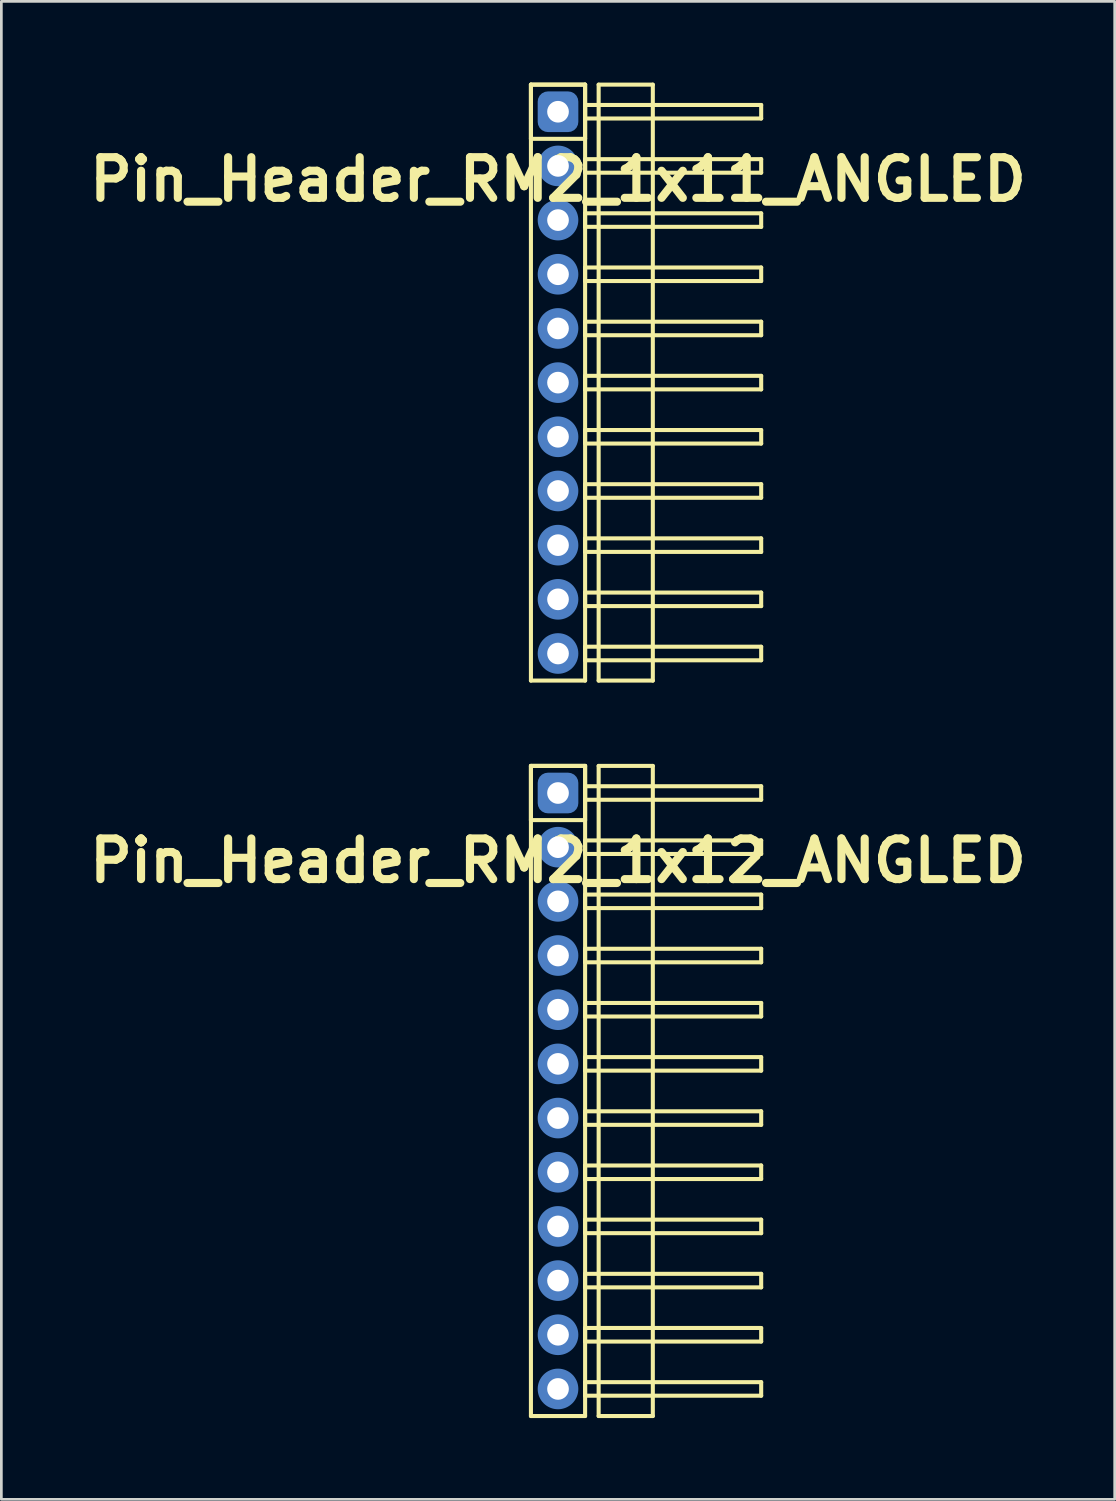
<source format=kicad_pcb>
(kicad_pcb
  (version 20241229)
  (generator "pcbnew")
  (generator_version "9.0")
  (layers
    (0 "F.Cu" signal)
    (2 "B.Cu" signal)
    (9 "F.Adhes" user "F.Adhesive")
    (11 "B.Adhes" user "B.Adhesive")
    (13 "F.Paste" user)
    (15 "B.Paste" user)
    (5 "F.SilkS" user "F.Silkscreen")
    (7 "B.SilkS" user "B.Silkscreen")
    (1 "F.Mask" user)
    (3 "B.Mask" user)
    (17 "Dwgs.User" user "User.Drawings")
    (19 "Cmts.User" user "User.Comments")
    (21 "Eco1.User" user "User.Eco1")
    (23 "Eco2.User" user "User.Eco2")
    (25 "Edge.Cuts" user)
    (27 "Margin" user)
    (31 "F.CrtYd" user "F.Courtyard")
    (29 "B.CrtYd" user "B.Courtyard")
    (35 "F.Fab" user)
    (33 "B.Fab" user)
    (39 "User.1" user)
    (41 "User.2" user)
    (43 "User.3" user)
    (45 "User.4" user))
  (footprint "Pin_Header_RM2_1x12_ANGLED"
    (layer "F.Cu")
    (at 17.55 26.225)
    (property "Reference" "Pin_Header_RM2_1x12_ANGLED" (at 0 2.5 0) (layer "F.SilkS") (effects (font (size 1.5 1.5) (thickness 0.3))))
    (attr through_hole)
    (fp_line (start -1 -1) (end 1 -1) (stroke (width 0.15) (type solid)) (layer "F.SilkS"))
    (fp_line (start -1 -1) (end 1 -1) (stroke (width 0.15) (type solid)) (layer "F.SilkS"))
    (fp_line (start -1 1) (end -1 -1) (stroke (width 0.15) (type solid)) (layer "F.SilkS"))
    (fp_line (start -1 23) (end -1 -1) (stroke (width 0.15) (type solid)) (layer "F.SilkS"))
    (fp_line (start 1 -1) (end 1 1) (stroke (width 0.15) (type solid)) (layer "F.SilkS"))
    (fp_line (start 1 -1) (end 1 23) (stroke (width 0.15) (type solid)) (layer "F.SilkS"))
    (fp_line (start 1 -0.25) (end 7.5 -0.25) (stroke (width 0.15) (type solid)) (layer "F.SilkS"))
    (fp_line (start 1 0.25) (end 1 -0.25) (stroke (width 0.15) (type solid)) (layer "F.SilkS"))
    (fp_line (start 1 1) (end -1 1) (stroke (width 0.15) (type solid)) (layer "F.SilkS"))
    (fp_line (start 1 1.75) (end 7.5 1.75) (stroke (width 0.15) (type solid)) (layer "F.SilkS"))
    (fp_line (start 1 2.25) (end 1 1.75) (stroke (width 0.15) (type solid)) (layer "F.SilkS"))
    (fp_line (start 1 3.75) (end 7.5 3.75) (stroke (width 0.15) (type solid)) (layer "F.SilkS"))
    (fp_line (start 1 4.25) (end 1 3.75) (stroke (width 0.15) (type solid)) (layer "F.SilkS"))
    (fp_line (start 1 5.75) (end 7.5 5.75) (stroke (width 0.15) (type solid)) (layer "F.SilkS"))
    (fp_line (start 1 6.25) (end 1 5.75) (stroke (width 0.15) (type solid)) (layer "F.SilkS"))
    (fp_line (start 1 7.75) (end 7.5 7.75) (stroke (width 0.15) (type solid)) (layer "F.SilkS"))
    (fp_line (start 1 8.25) (end 1 7.75) (stroke (width 0.15) (type solid)) (layer "F.SilkS"))
    (fp_line (start 1 9.75) (end 7.5 9.75) (stroke (width 0.15) (type solid)) (layer "F.SilkS"))
    (fp_line (start 1 10.25) (end 1 9.75) (stroke (width 0.15) (type solid)) (layer "F.SilkS"))
    (fp_line (start 1 11.75) (end 7.5 11.75) (stroke (width 0.15) (type solid)) (layer "F.SilkS"))
    (fp_line (start 1 12.25) (end 1 11.75) (stroke (width 0.15) (type solid)) (layer "F.SilkS"))
    (fp_line (start 1 13.75) (end 7.5 13.75) (stroke (width 0.15) (type solid)) (layer "F.SilkS"))
    (fp_line (start 1 14.25) (end 1 13.75) (stroke (width 0.15) (type solid)) (layer "F.SilkS"))
    (fp_line (start 1 15.75) (end 7.5 15.75) (stroke (width 0.15) (type solid)) (layer "F.SilkS"))
    (fp_line (start 1 16.25) (end 1 15.75) (stroke (width 0.15) (type solid)) (layer "F.SilkS"))
    (fp_line (start 1 17.75) (end 7.5 17.75) (stroke (width 0.15) (type solid)) (layer "F.SilkS"))
    (fp_line (start 1 18.25) (end 1 17.75) (stroke (width 0.15) (type solid)) (layer "F.SilkS"))
    (fp_line (start 1 19.75) (end 7.5 19.75) (stroke (width 0.15) (type solid)) (layer "F.SilkS"))
    (fp_line (start 1 20.25) (end 1 19.75) (stroke (width 0.15) (type solid)) (layer "F.SilkS"))
    (fp_line (start 1 21.75) (end 7.5 21.75) (stroke (width 0.15) (type solid)) (layer "F.SilkS"))
    (fp_line (start 1 22.25) (end 1 21.75) (stroke (width 0.15) (type solid)) (layer "F.SilkS"))
    (fp_line (start 1 23) (end -1 23) (stroke (width 0.15) (type solid)) (layer "F.SilkS"))
    (fp_line (start 1.5 -1) (end 3.5 -1) (stroke (width 0.15) (type solid)) (layer "F.SilkS"))
    (fp_line (start 1.5 23) (end 1.5 -1) (stroke (width 0.15) (type solid)) (layer "F.SilkS"))
    (fp_line (start 3.5 -1) (end 3.5 23) (stroke (width 0.15) (type solid)) (layer "F.SilkS"))
    (fp_line (start 3.5 23) (end 1.5 23) (stroke (width 0.15) (type solid)) (layer "F.SilkS"))
    (fp_line (start 7.5 -0.25) (end 7.5 0.25) (stroke (width 0.15) (type solid)) (layer "F.SilkS"))
    (fp_line (start 7.5 0.25) (end 1 0.25) (stroke (width 0.15) (type solid)) (layer "F.SilkS"))
    (fp_line (start 7.5 1.75) (end 7.5 2.25) (stroke (width 0.15) (type solid)) (layer "F.SilkS"))
    (fp_line (start 7.5 2.25) (end 1 2.25) (stroke (width 0.15) (type solid)) (layer "F.SilkS"))
    (fp_line (start 7.5 3.75) (end 7.5 4.25) (stroke (width 0.15) (type solid)) (layer "F.SilkS"))
    (fp_line (start 7.5 4.25) (end 1 4.25) (stroke (width 0.15) (type solid)) (layer "F.SilkS"))
    (fp_line (start 7.5 5.75) (end 7.5 6.25) (stroke (width 0.15) (type solid)) (layer "F.SilkS"))
    (fp_line (start 7.5 6.25) (end 1 6.25) (stroke (width 0.15) (type solid)) (layer "F.SilkS"))
    (fp_line (start 7.5 7.75) (end 7.5 8.25) (stroke (width 0.15) (type solid)) (layer "F.SilkS"))
    (fp_line (start 7.5 8.25) (end 1 8.25) (stroke (width 0.15) (type solid)) (layer "F.SilkS"))
    (fp_line (start 7.5 9.75) (end 7.5 10.25) (stroke (width 0.15) (type solid)) (layer "F.SilkS"))
    (fp_line (start 7.5 10.25) (end 1 10.25) (stroke (width 0.15) (type solid)) (layer "F.SilkS"))
    (fp_line (start 7.5 11.75) (end 7.5 12.25) (stroke (width 0.15) (type solid)) (layer "F.SilkS"))
    (fp_line (start 7.5 12.25) (end 1 12.25) (stroke (width 0.15) (type solid)) (layer "F.SilkS"))
    (fp_line (start 7.5 13.75) (end 7.5 14.25) (stroke (width 0.15) (type solid)) (layer "F.SilkS"))
    (fp_line (start 7.5 14.25) (end 1 14.25) (stroke (width 0.15) (type solid)) (layer "F.SilkS"))
    (fp_line (start 7.5 15.75) (end 7.5 16.25) (stroke (width 0.15) (type solid)) (layer "F.SilkS"))
    (fp_line (start 7.5 16.25) (end 1 16.25) (stroke (width 0.15) (type solid)) (layer "F.SilkS"))
    (fp_line (start 7.5 17.75) (end 7.5 18.25) (stroke (width 0.15) (type solid)) (layer "F.SilkS"))
    (fp_line (start 7.5 18.25) (end 1 18.25) (stroke (width 0.15) (type solid)) (layer "F.SilkS"))
    (fp_line (start 7.5 19.75) (end 7.5 20.25) (stroke (width 0.15) (type solid)) (layer "F.SilkS"))
    (fp_line (start 7.5 20.25) (end 1 20.25) (stroke (width 0.15) (type solid)) (layer "F.SilkS"))
    (fp_line (start 7.5 21.75) (end 7.5 22.25) (stroke (width 0.15) (type solid)) (layer "F.SilkS"))
    (fp_line (start 7.5 22.25) (end 1 22.25) (stroke (width 0.15) (type solid)) (layer "F.SilkS"))
    (pad "1" thru_hole circle (at 0 0) (size 1.1 1.1) (drill 0.8) (layers "*.Cu" "*.Mask"))
    (pad "1" smd roundrect (at 0 0) (size 1.25 1.25) (layers "F.Cu" "F.Mask") (roundrect_rratio 0.25))
    (pad "1" smd roundrect (at 0 0) (size 1.5 1.5) (layers "B.Cu" "B.Mask") (roundrect_rratio 0.25))
    (pad "2" thru_hole circle (at 0 2) (size 1.1 1.1) (drill 0.8) (layers "*.Cu" "*.Mask"))
    (pad "2" smd circle (at 0 2) (size 1.25 1.25) (layers "F.Cu" "F.Mask"))
    (pad "2" smd circle (at 0 2) (size 1.5 1.5) (layers "B.Cu" "B.Mask"))
    (pad "3" thru_hole circle (at 0 4) (size 1.1 1.1) (drill 0.8) (layers "*.Cu" "*.Mask"))
    (pad "3" smd circle (at 0 4) (size 1.25 1.25) (layers "F.Cu" "F.Mask"))
    (pad "3" smd circle (at 0 4) (size 1.5 1.5) (layers "B.Cu" "B.Mask"))
    (pad "4" thru_hole circle (at 0 6) (size 1.1 1.1) (drill 0.8) (layers "*.Cu" "*.Mask"))
    (pad "4" smd circle (at 0 6) (size 1.25 1.25) (layers "F.Cu" "F.Mask"))
    (pad "4" smd circle (at 0 6) (size 1.5 1.5) (layers "B.Cu" "B.Mask"))
    (pad "5" thru_hole circle (at 0 8) (size 1.1 1.1) (drill 0.8) (layers "*.Cu" "*.Mask"))
    (pad "5" smd circle (at 0 8) (size 1.25 1.25) (layers "F.Cu" "F.Mask"))
    (pad "5" smd circle (at 0 8) (size 1.5 1.5) (layers "B.Cu" "B.Mask"))
    (pad "6" thru_hole circle (at 0 10) (size 1.1 1.1) (drill 0.8) (layers "*.Cu" "*.Mask"))
    (pad "6" smd circle (at 0 10) (size 1.25 1.25) (layers "F.Cu" "F.Mask"))
    (pad "6" smd circle (at 0 10) (size 1.5 1.5) (layers "B.Cu" "B.Mask"))
    (pad "7" thru_hole circle (at 0 12) (size 1.1 1.1) (drill 0.8) (layers "*.Cu" "*.Mask"))
    (pad "7" smd circle (at 0 12) (size 1.25 1.25) (layers "F.Cu" "F.Mask"))
    (pad "7" smd circle (at 0 12) (size 1.5 1.5) (layers "B.Cu" "B.Mask"))
    (pad "8" thru_hole circle (at 0 14) (size 1.1 1.1) (drill 0.8) (layers "*.Cu" "*.Mask"))
    (pad "8" smd circle (at 0 14) (size 1.25 1.25) (layers "F.Cu" "F.Mask"))
    (pad "8" smd circle (at 0 14) (size 1.5 1.5) (layers "B.Cu" "B.Mask"))
    (pad "9" thru_hole circle (at 0 16) (size 1.1 1.1) (drill 0.8) (layers "*.Cu" "*.Mask"))
    (pad "9" smd circle (at 0 16) (size 1.25 1.25) (layers "F.Cu" "F.Mask"))
    (pad "9" smd circle (at 0 16) (size 1.5 1.5) (layers "B.Cu" "B.Mask"))
    (pad "10" thru_hole circle (at 0 18) (size 1.1 1.1) (drill 0.8) (layers "*.Cu" "*.Mask"))
    (pad "10" smd circle (at 0 18) (size 1.25 1.25) (layers "F.Cu" "F.Mask"))
    (pad "10" smd circle (at 0 18) (size 1.5 1.5) (layers "B.Cu" "B.Mask"))
    (pad "11" thru_hole circle (at 0 20) (size 1.1 1.1) (drill 0.8) (layers "*.Cu" "*.Mask"))
    (pad "11" smd circle (at 0 20) (size 1.25 1.25) (layers "F.Cu" "F.Mask"))
    (pad "11" smd circle (at 0 20) (size 1.5 1.5) (layers "B.Cu" "B.Mask"))
    (pad "12" thru_hole circle (at 0 22) (size 1.1 1.1) (drill 0.8) (layers "*.Cu" "*.Mask"))
    (pad "12" smd circle (at 0 22) (size 1.25 1.25) (layers "F.Cu" "F.Mask"))
    (pad "12" smd circle (at 0 22) (size 1.5 1.5) (layers "B.Cu" "B.Mask")))
  (footprint "Pin_Header_RM2_1x11_ANGLED"
    (layer "F.Cu")
    (at 17.55 1.075)
    (property "Reference" "Pin_Header_RM2_1x11_ANGLED" (at 0 2.5 0) (layer "F.SilkS") (effects (font (size 1.5 1.5) (thickness 0.3))))
    (attr through_hole)
    (fp_line (start -1 -1) (end 1 -1) (stroke (width 0.15) (type solid)) (layer "F.SilkS"))
    (fp_line (start -1 -1) (end 1 -1) (stroke (width 0.15) (type solid)) (layer "F.SilkS"))
    (fp_line (start -1 1) (end -1 -1) (stroke (width 0.15) (type solid)) (layer "F.SilkS"))
    (fp_line (start -1 21) (end -1 -1) (stroke (width 0.15) (type solid)) (layer "F.SilkS"))
    (fp_line (start 1 -1) (end 1 1) (stroke (width 0.15) (type solid)) (layer "F.SilkS"))
    (fp_line (start 1 -1) (end 1 21) (stroke (width 0.15) (type solid)) (layer "F.SilkS"))
    (fp_line (start 1 -0.25) (end 7.5 -0.25) (stroke (width 0.15) (type solid)) (layer "F.SilkS"))
    (fp_line (start 1 0.25) (end 1 -0.25) (stroke (width 0.15) (type solid)) (layer "F.SilkS"))
    (fp_line (start 1 1) (end -1 1) (stroke (width 0.15) (type solid)) (layer "F.SilkS"))
    (fp_line (start 1 1.75) (end 7.5 1.75) (stroke (width 0.15) (type solid)) (layer "F.SilkS"))
    (fp_line (start 1 2.25) (end 1 1.75) (stroke (width 0.15) (type solid)) (layer "F.SilkS"))
    (fp_line (start 1 3.75) (end 7.5 3.75) (stroke (width 0.15) (type solid)) (layer "F.SilkS"))
    (fp_line (start 1 4.25) (end 1 3.75) (stroke (width 0.15) (type solid)) (layer "F.SilkS"))
    (fp_line (start 1 5.75) (end 7.5 5.75) (stroke (width 0.15) (type solid)) (layer "F.SilkS"))
    (fp_line (start 1 6.25) (end 1 5.75) (stroke (width 0.15) (type solid)) (layer "F.SilkS"))
    (fp_line (start 1 7.75) (end 7.5 7.75) (stroke (width 0.15) (type solid)) (layer "F.SilkS"))
    (fp_line (start 1 8.25) (end 1 7.75) (stroke (width 0.15) (type solid)) (layer "F.SilkS"))
    (fp_line (start 1 9.75) (end 7.5 9.75) (stroke (width 0.15) (type solid)) (layer "F.SilkS"))
    (fp_line (start 1 10.25) (end 1 9.75) (stroke (width 0.15) (type solid)) (layer "F.SilkS"))
    (fp_line (start 1 11.75) (end 7.5 11.75) (stroke (width 0.15) (type solid)) (layer "F.SilkS"))
    (fp_line (start 1 12.25) (end 1 11.75) (stroke (width 0.15) (type solid)) (layer "F.SilkS"))
    (fp_line (start 1 13.75) (end 7.5 13.75) (stroke (width 0.15) (type solid)) (layer "F.SilkS"))
    (fp_line (start 1 14.25) (end 1 13.75) (stroke (width 0.15) (type solid)) (layer "F.SilkS"))
    (fp_line (start 1 15.75) (end 7.5 15.75) (stroke (width 0.15) (type solid)) (layer "F.SilkS"))
    (fp_line (start 1 16.25) (end 1 15.75) (stroke (width 0.15) (type solid)) (layer "F.SilkS"))
    (fp_line (start 1 17.75) (end 7.5 17.75) (stroke (width 0.15) (type solid)) (layer "F.SilkS"))
    (fp_line (start 1 18.25) (end 1 17.75) (stroke (width 0.15) (type solid)) (layer "F.SilkS"))
    (fp_line (start 1 19.75) (end 7.5 19.75) (stroke (width 0.15) (type solid)) (layer "F.SilkS"))
    (fp_line (start 1 20.25) (end 1 19.75) (stroke (width 0.15) (type solid)) (layer "F.SilkS"))
    (fp_line (start 1 21) (end -1 21) (stroke (width 0.15) (type solid)) (layer "F.SilkS"))
    (fp_line (start 1.5 -1) (end 3.5 -1) (stroke (width 0.15) (type solid)) (layer "F.SilkS"))
    (fp_line (start 1.5 21) (end 1.5 -1) (stroke (width 0.15) (type solid)) (layer "F.SilkS"))
    (fp_line (start 3.5 -1) (end 3.5 21) (stroke (width 0.15) (type solid)) (layer "F.SilkS"))
    (fp_line (start 3.5 21) (end 1.5 21) (stroke (width 0.15) (type solid)) (layer "F.SilkS"))
    (fp_line (start 7.5 -0.25) (end 7.5 0.25) (stroke (width 0.15) (type solid)) (layer "F.SilkS"))
    (fp_line (start 7.5 0.25) (end 1 0.25) (stroke (width 0.15) (type solid)) (layer "F.SilkS"))
    (fp_line (start 7.5 1.75) (end 7.5 2.25) (stroke (width 0.15) (type solid)) (layer "F.SilkS"))
    (fp_line (start 7.5 2.25) (end 1 2.25) (stroke (width 0.15) (type solid)) (layer "F.SilkS"))
    (fp_line (start 7.5 3.75) (end 7.5 4.25) (stroke (width 0.15) (type solid)) (layer "F.SilkS"))
    (fp_line (start 7.5 4.25) (end 1 4.25) (stroke (width 0.15) (type solid)) (layer "F.SilkS"))
    (fp_line (start 7.5 5.75) (end 7.5 6.25) (stroke (width 0.15) (type solid)) (layer "F.SilkS"))
    (fp_line (start 7.5 6.25) (end 1 6.25) (stroke (width 0.15) (type solid)) (layer "F.SilkS"))
    (fp_line (start 7.5 7.75) (end 7.5 8.25) (stroke (width 0.15) (type solid)) (layer "F.SilkS"))
    (fp_line (start 7.5 8.25) (end 1 8.25) (stroke (width 0.15) (type solid)) (layer "F.SilkS"))
    (fp_line (start 7.5 9.75) (end 7.5 10.25) (stroke (width 0.15) (type solid)) (layer "F.SilkS"))
    (fp_line (start 7.5 10.25) (end 1 10.25) (stroke (width 0.15) (type solid)) (layer "F.SilkS"))
    (fp_line (start 7.5 11.75) (end 7.5 12.25) (stroke (width 0.15) (type solid)) (layer "F.SilkS"))
    (fp_line (start 7.5 12.25) (end 1 12.25) (stroke (width 0.15) (type solid)) (layer "F.SilkS"))
    (fp_line (start 7.5 13.75) (end 7.5 14.25) (stroke (width 0.15) (type solid)) (layer "F.SilkS"))
    (fp_line (start 7.5 14.25) (end 1 14.25) (stroke (width 0.15) (type solid)) (layer "F.SilkS"))
    (fp_line (start 7.5 15.75) (end 7.5 16.25) (stroke (width 0.15) (type solid)) (layer "F.SilkS"))
    (fp_line (start 7.5 16.25) (end 1 16.25) (stroke (width 0.15) (type solid)) (layer "F.SilkS"))
    (fp_line (start 7.5 17.75) (end 7.5 18.25) (stroke (width 0.15) (type solid)) (layer "F.SilkS"))
    (fp_line (start 7.5 18.25) (end 1 18.25) (stroke (width 0.15) (type solid)) (layer "F.SilkS"))
    (fp_line (start 7.5 19.75) (end 7.5 20.25) (stroke (width 0.15) (type solid)) (layer "F.SilkS"))
    (fp_line (start 7.5 20.25) (end 1 20.25) (stroke (width 0.15) (type solid)) (layer "F.SilkS"))
    (pad "1" thru_hole circle (at 0 0) (size 1.1 1.1) (drill 0.8) (layers "*.Cu" "*.Mask"))
    (pad "1" smd roundrect (at 0 0) (size 1.25 1.25) (layers "F.Cu" "F.Mask") (roundrect_rratio 0.25))
    (pad "1" smd roundrect (at 0 0) (size 1.5 1.5) (layers "B.Cu" "B.Mask") (roundrect_rratio 0.25))
    (pad "2" thru_hole circle (at 0 2) (size 1.1 1.1) (drill 0.8) (layers "*.Cu" "*.Mask"))
    (pad "2" smd circle (at 0 2) (size 1.25 1.25) (layers "F.Cu" "F.Mask"))
    (pad "2" smd circle (at 0 2) (size 1.5 1.5) (layers "B.Cu" "B.Mask"))
    (pad "3" thru_hole circle (at 0 4) (size 1.1 1.1) (drill 0.8) (layers "*.Cu" "*.Mask"))
    (pad "3" smd circle (at 0 4) (size 1.25 1.25) (layers "F.Cu" "F.Mask"))
    (pad "3" smd circle (at 0 4) (size 1.5 1.5) (layers "B.Cu" "B.Mask"))
    (pad "4" thru_hole circle (at 0 6) (size 1.1 1.1) (drill 0.8) (layers "*.Cu" "*.Mask"))
    (pad "4" smd circle (at 0 6) (size 1.25 1.25) (layers "F.Cu" "F.Mask"))
    (pad "4" smd circle (at 0 6) (size 1.5 1.5) (layers "B.Cu" "B.Mask"))
    (pad "5" thru_hole circle (at 0 8) (size 1.1 1.1) (drill 0.8) (layers "*.Cu" "*.Mask"))
    (pad "5" smd circle (at 0 8) (size 1.25 1.25) (layers "F.Cu" "F.Mask"))
    (pad "5" smd circle (at 0 8) (size 1.5 1.5) (layers "B.Cu" "B.Mask"))
    (pad "6" thru_hole circle (at 0 10) (size 1.1 1.1) (drill 0.8) (layers "*.Cu" "*.Mask"))
    (pad "6" smd circle (at 0 10) (size 1.25 1.25) (layers "F.Cu" "F.Mask"))
    (pad "6" smd circle (at 0 10) (size 1.5 1.5) (layers "B.Cu" "B.Mask"))
    (pad "7" thru_hole circle (at 0 12) (size 1.1 1.1) (drill 0.8) (layers "*.Cu" "*.Mask"))
    (pad "7" smd circle (at 0 12) (size 1.25 1.25) (layers "F.Cu" "F.Mask"))
    (pad "7" smd circle (at 0 12) (size 1.5 1.5) (layers "B.Cu" "B.Mask"))
    (pad "8" thru_hole circle (at 0 14) (size 1.1 1.1) (drill 0.8) (layers "*.Cu" "*.Mask"))
    (pad "8" smd circle (at 0 14) (size 1.25 1.25) (layers "F.Cu" "F.Mask"))
    (pad "8" smd circle (at 0 14) (size 1.5 1.5) (layers "B.Cu" "B.Mask"))
    (pad "9" thru_hole circle (at 0 16) (size 1.1 1.1) (drill 0.8) (layers "*.Cu" "*.Mask"))
    (pad "9" smd circle (at 0 16) (size 1.25 1.25) (layers "F.Cu" "F.Mask"))
    (pad "9" smd circle (at 0 16) (size 1.5 1.5) (layers "B.Cu" "B.Mask"))
    (pad "10" thru_hole circle (at 0 18) (size 1.1 1.1) (drill 0.8) (layers "*.Cu" "*.Mask"))
    (pad "10" smd circle (at 0 18) (size 1.25 1.25) (layers "F.Cu" "F.Mask"))
    (pad "10" smd circle (at 0 18) (size 1.5 1.5) (layers "B.Cu" "B.Mask"))
    (pad "11" thru_hole circle (at 0 20) (size 1.1 1.1) (drill 0.8) (layers "*.Cu" "*.Mask"))
    (pad "11" smd circle (at 0 20) (size 1.25 1.25) (layers "F.Cu" "F.Mask"))
    (pad "11" smd circle (at 0 20) (size 1.5 1.5) (layers "B.Cu" "B.Mask")))
  (gr_rect
    (start -3 -3)
    (end 38.1 52.3)
    (stroke (width 0.1) (type default))
    (fill no)
    (layer "Edge.Cuts")))
</source>
